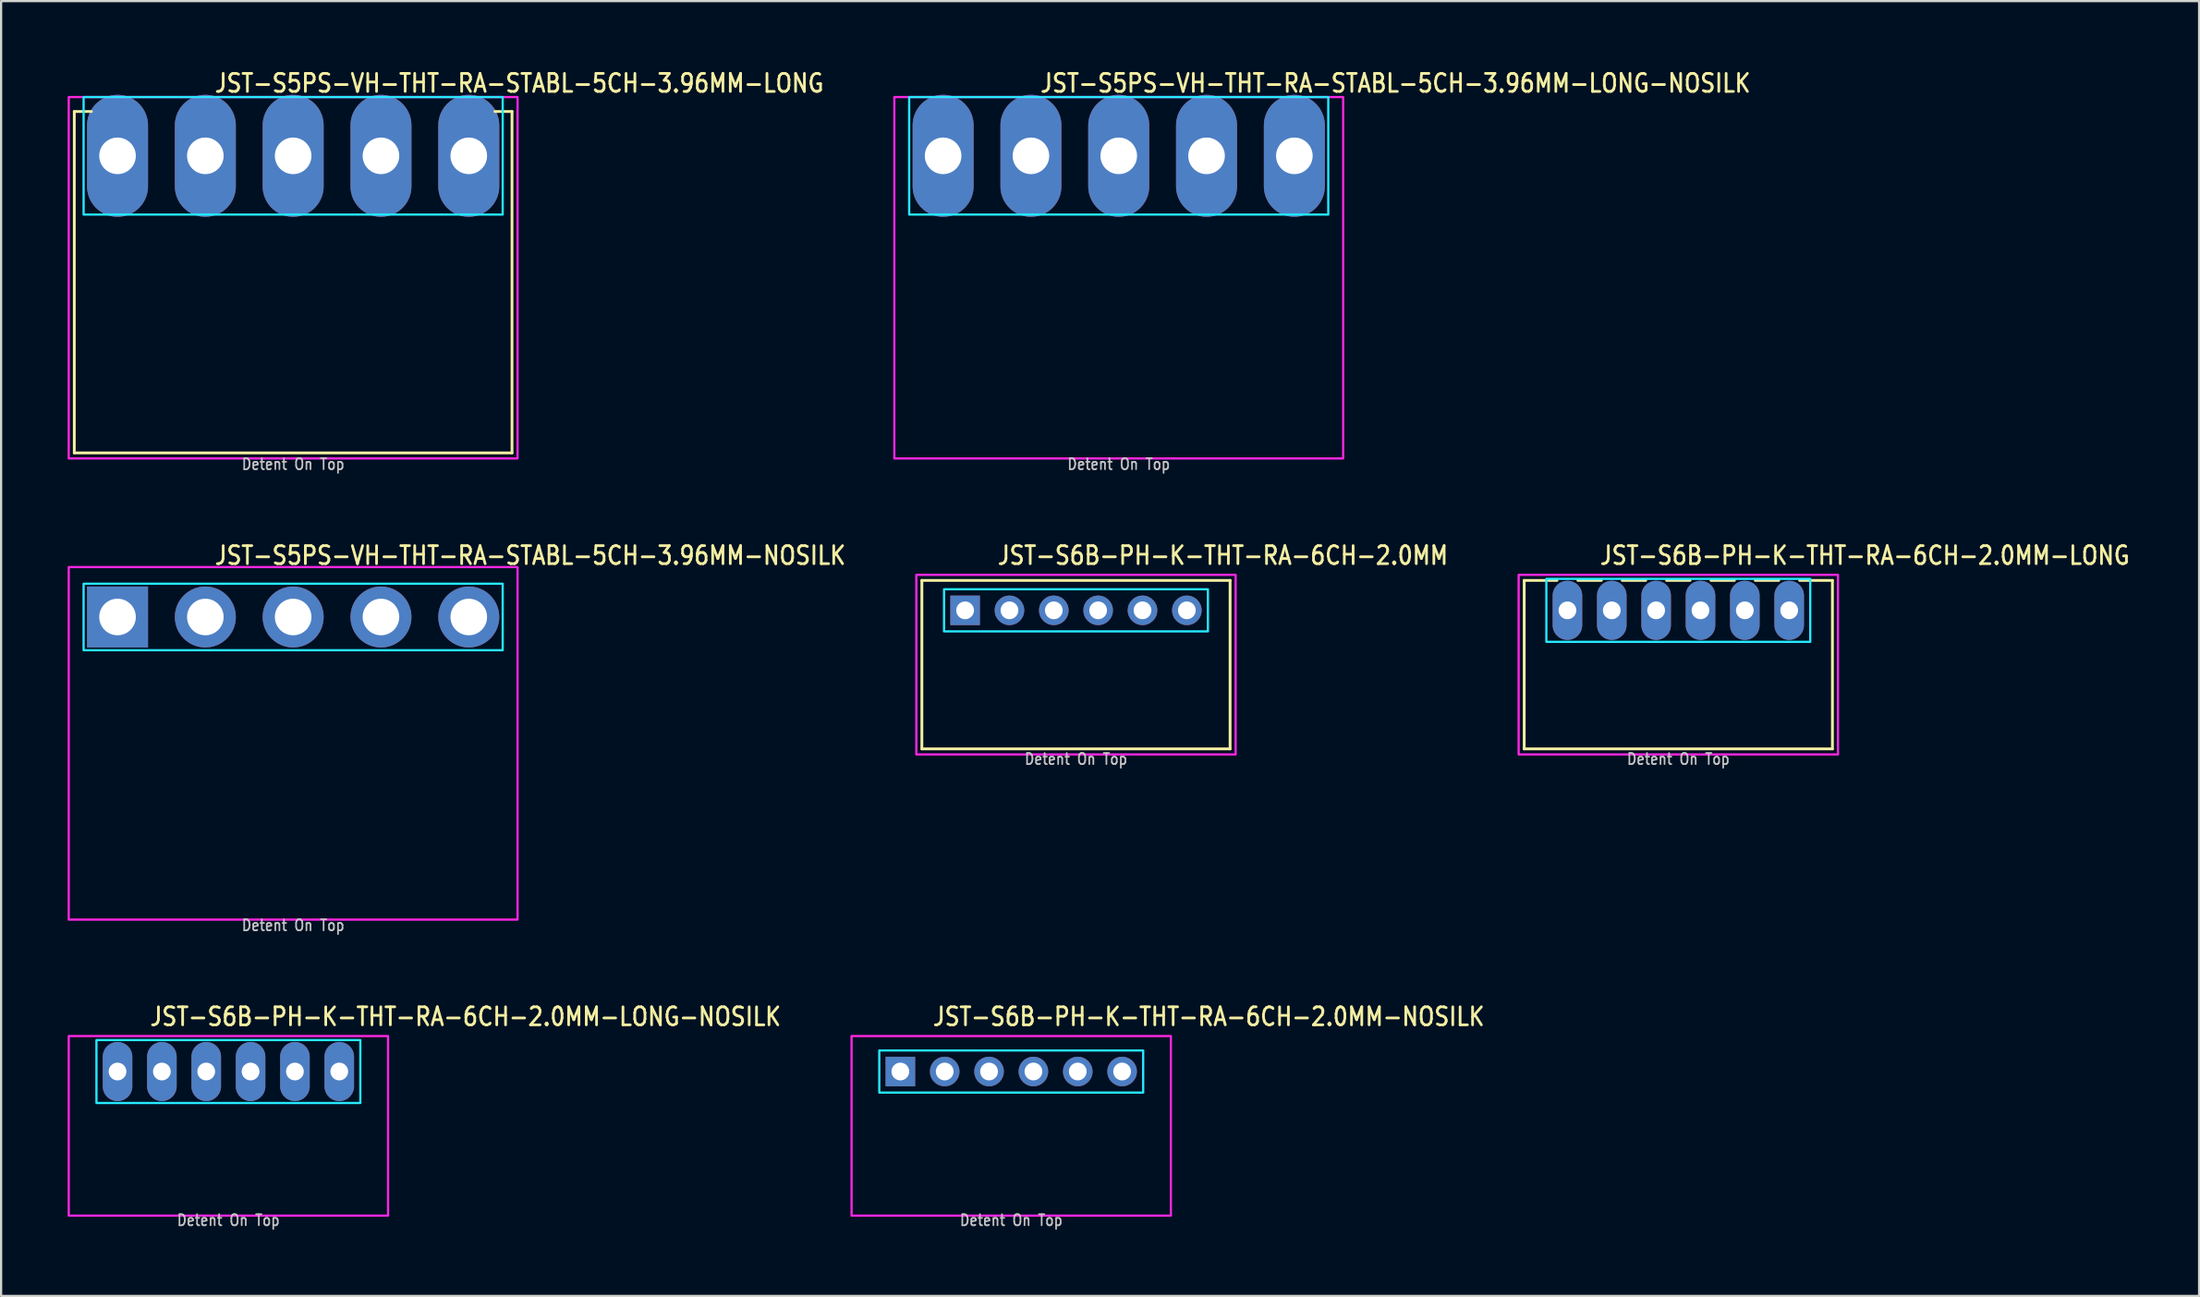
<source format=kicad_pcb>
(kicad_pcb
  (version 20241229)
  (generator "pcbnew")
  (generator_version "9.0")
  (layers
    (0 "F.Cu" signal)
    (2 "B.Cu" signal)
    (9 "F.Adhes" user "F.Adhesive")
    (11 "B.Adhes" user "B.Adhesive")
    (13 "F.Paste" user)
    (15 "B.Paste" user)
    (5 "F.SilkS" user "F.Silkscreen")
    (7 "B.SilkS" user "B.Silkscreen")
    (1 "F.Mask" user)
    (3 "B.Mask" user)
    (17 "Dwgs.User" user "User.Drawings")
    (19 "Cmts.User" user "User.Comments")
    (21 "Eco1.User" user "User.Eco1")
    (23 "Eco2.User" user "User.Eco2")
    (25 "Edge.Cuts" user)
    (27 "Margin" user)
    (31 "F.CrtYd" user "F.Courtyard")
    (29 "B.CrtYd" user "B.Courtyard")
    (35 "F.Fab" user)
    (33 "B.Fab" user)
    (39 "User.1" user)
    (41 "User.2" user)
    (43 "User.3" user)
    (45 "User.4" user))
  (footprint "JST-S5PS-VH-THT-RA-STABL-5CH-3.96MM-LONG"
    (layer "F.Cu")
    (at 10.17 3.979)
    (property "Reference" "JST-S5PS-VH-THT-RA-STABL-5CH-3.96MM-LONG" (at -3.6 -2.8 0) (unlocked yes) (layer "F.SilkS") (effects (font (size 0.813 0.695) (thickness 0.122)) (justify left bottom)))
    (fp_line (start -9.87 -2) (end -9.1 -2) (stroke (width 0.127) (type solid)) (layer "F.SilkS"))
    (fp_line (start -9.87 13.4) (end -9.87 -2) (stroke (width 0.127) (type solid)) (layer "F.SilkS"))
    (fp_line (start -9.87 13.4) (end 9.87 13.4) (stroke (width 0.127) (type solid)) (layer "F.SilkS"))
    (fp_line (start 9.87 -2) (end 9.1 -2) (stroke (width 0.127) (type solid)) (layer "F.SilkS"))
    (fp_line (start 9.87 -2) (end 9.87 13.4) (stroke (width 0.127) (type solid)) (layer "F.SilkS"))
    (fp_poly (pts (xy -9.45 -2.65) (xy -9.45 2.65) (xy 9.45 2.65) (xy 9.45 -2.65)) (stroke (width 0.1) (type solid)) (fill no) (layer "B.CrtYd"))
    (fp_poly (pts (xy -10.12 -2.65) (xy -10.12 13.65) (xy 10.12 13.65) (xy 10.12 -2.65)) (stroke (width 0.1) (type solid)) (fill no) (layer "F.CrtYd"))
    (fp_text user "Detent On Top" (at 0 14.2 0) (unlocked yes) (layer "Dwgs.User") (effects (font (size 0.5 0.427) (thickness 0.075)) (justify bottom)))
    (pad "1" thru_hole oval (at -7.92 0 90) (size 5.5 2.75) (drill 1.65) (layers "*.Cu" "*.Mask"))
    (pad "2" thru_hole oval (at -3.96 0 90) (size 5.5 2.75) (drill 1.65) (layers "*.Cu" "*.Mask"))
    (pad "3" thru_hole oval (at 0 0 90) (size 5.5 2.75) (drill 1.65) (layers "*.Cu" "*.Mask"))
    (pad "4" thru_hole oval (at 3.96 0 90) (size 5.5 2.75) (drill 1.65) (layers "*.Cu" "*.Mask"))
    (pad "5" thru_hole oval (at 7.92 0 90) (size 5.5 2.75) (drill 1.65) (layers "*.Cu" "*.Mask")))
  (footprint "JST-S6B-PH-K-THT-RA-6CH-2.0MM"
    (layer "F.Cu")
    (at 45.473 24.48)
    (property "Reference" "JST-S6B-PH-K-THT-RA-6CH-2.0MM" (at -3.6 -2 0) (unlocked yes) (layer "F.SilkS") (effects (font (size 0.813 0.695) (thickness 0.122)) (justify left bottom)))
    (fp_line (start -6.95 -1.35) (end 6.95 -1.35) (stroke (width 0.127) (type solid)) (layer "F.SilkS"))
    (fp_line (start -6.95 6.25) (end -6.95 -1.35) (stroke (width 0.127) (type solid)) (layer "F.SilkS"))
    (fp_line (start -6.95 6.25) (end 6.95 6.25) (stroke (width 0.127) (type solid)) (layer "F.SilkS"))
    (fp_line (start 6.95 -1.35) (end 6.95 6.25) (stroke (width 0.127) (type solid)) (layer "F.SilkS"))
    (fp_poly (pts (xy -5.95 -0.95) (xy -5.95 0.95) (xy 5.95 0.95) (xy 5.95 -0.95)) (stroke (width 0.1) (type solid)) (fill no) (layer "B.CrtYd"))
    (fp_poly (pts (xy -7.2 -1.6) (xy -7.2 6.5) (xy 7.2 6.5) (xy 7.2 -1.6)) (stroke (width 0.1) (type solid)) (fill no) (layer "F.CrtYd"))
    (fp_text user "Detent On Top" (at 0 7 0) (unlocked yes) (layer "Dwgs.User") (effects (font (size 0.5 0.427) (thickness 0.075)) (justify bottom)))
    (pad "1" thru_hole rect (at -5 0) (size 1.333 1.333) (drill 0.8) (layers "*.Cu" "*.Mask"))
    (pad "2" thru_hole oval (at -3 0) (size 1.333 1.333) (drill 0.8) (layers "*.Cu" "*.Mask"))
    (pad "3" thru_hole oval (at -1 0) (size 1.333 1.333) (drill 0.8) (layers "*.Cu" "*.Mask"))
    (pad "4" thru_hole oval (at 1 0) (size 1.333 1.333) (drill 0.8) (layers "*.Cu" "*.Mask"))
    (pad "5" thru_hole oval (at 3 0) (size 1.333 1.333) (drill 0.8) (layers "*.Cu" "*.Mask"))
    (pad "6" thru_hole oval (at 5 0) (size 1.333 1.333) (drill 0.8) (layers "*.Cu" "*.Mask")))
  (footprint "JST-S5PS-VH-THT-RA-STABL-5CH-3.96MM-LONG-NOSILK"
    (layer "F.Cu")
    (at 47.401 3.979)
    (property "Reference" "JST-S5PS-VH-THT-RA-STABL-5CH-3.96MM-LONG-NOSILK" (at -3.6 -2.8 0) (unlocked yes) (layer "F.SilkS") (effects (font (size 0.813 0.695) (thickness 0.122)) (justify left bottom)))
    (fp_poly (pts (xy -9.45 -2.65) (xy -9.45 2.65) (xy 9.45 2.65) (xy 9.45 -2.65)) (stroke (width 0.1) (type solid)) (fill no) (layer "B.CrtYd"))
    (fp_poly (pts (xy -10.12 -2.65) (xy -10.12 13.65) (xy 10.12 13.65) (xy 10.12 -2.65)) (stroke (width 0.1) (type solid)) (fill no) (layer "F.CrtYd"))
    (fp_text user "Detent On Top" (at 0 14.2 0) (unlocked yes) (layer "Dwgs.User") (effects (font (size 0.5 0.427) (thickness 0.075)) (justify bottom)))
    (pad "1" thru_hole oval (at -7.92 0 90) (size 5.5 2.75) (drill 1.65) (layers "*.Cu" "*.Mask"))
    (pad "2" thru_hole oval (at -3.96 0 90) (size 5.5 2.75) (drill 1.65) (layers "*.Cu" "*.Mask"))
    (pad "3" thru_hole oval (at 0 0 90) (size 5.5 2.75) (drill 1.65) (layers "*.Cu" "*.Mask"))
    (pad "4" thru_hole oval (at 3.96 0 90) (size 5.5 2.75) (drill 1.65) (layers "*.Cu" "*.Mask"))
    (pad "5" thru_hole oval (at 7.92 0 90) (size 5.5 2.75) (drill 1.65) (layers "*.Cu" "*.Mask")))
  (footprint "JST-S5PS-VH-THT-RA-STABL-5CH-3.96MM-NOSILK"
    (layer "F.Cu")
    (at 10.17 24.78)
    (property "Reference" "JST-S5PS-VH-THT-RA-STABL-5CH-3.96MM-NOSILK" (at -3.6 -2.3 0) (unlocked yes) (layer "F.SilkS") (effects (font (size 0.813 0.695) (thickness 0.122)) (justify left bottom)))
    (fp_poly (pts (xy -9.45 -1.5) (xy -9.45 1.5) (xy 9.45 1.5) (xy 9.45 -1.5)) (stroke (width 0.1) (type solid)) (fill no) (layer "B.CrtYd"))
    (fp_poly (pts (xy -10.12 13.65) (xy 10.12 13.65) (xy 10.12 -2.25) (xy -10.12 -2.25)) (stroke (width 0.1) (type solid)) (fill no) (layer "F.CrtYd"))
    (fp_text user "Detent On Top" (at 0 14.2 0) (unlocked yes) (layer "Dwgs.User") (effects (font (size 0.5 0.427) (thickness 0.075)) (justify bottom)))
    (pad "1" thru_hole rect (at -7.92 0) (size 2.75 2.75) (drill 1.65) (layers "*.Cu" "*.Mask"))
    (pad "2" thru_hole oval (at -3.96 0) (size 2.75 2.75) (drill 1.65) (layers "*.Cu" "*.Mask"))
    (pad "3" thru_hole oval (at 0 0) (size 2.75 2.75) (drill 1.65) (layers "*.Cu" "*.Mask"))
    (pad "4" thru_hole oval (at 3.96 0) (size 2.75 2.75) (drill 1.65) (layers "*.Cu" "*.Mask"))
    (pad "5" thru_hole oval (at 7.92 0) (size 2.75 2.75) (drill 1.65) (layers "*.Cu" "*.Mask")))
  (footprint "JST-S6B-PH-K-THT-RA-6CH-2.0MM-LONG-NOSILK"
    (layer "F.Cu")
    (at 7.25 45.282)
    (property "Reference" "JST-S6B-PH-K-THT-RA-6CH-2.0MM-LONG-NOSILK" (at -3.6 -2 0) (unlocked yes) (layer "F.SilkS") (effects (font (size 0.813 0.695) (thickness 0.122)) (justify left bottom)))
    (fp_poly (pts (xy -5.95 -1.42) (xy -5.95 1.42) (xy 5.95 1.42) (xy 5.95 -1.42)) (stroke (width 0.1) (type solid)) (fill no) (layer "B.CrtYd"))
    (fp_poly (pts (xy -7.2 -1.6) (xy -7.2 6.5) (xy 7.2 6.5) (xy 7.2 -1.6)) (stroke (width 0.1) (type solid)) (fill no) (layer "F.CrtYd"))
    (fp_text user "Detent On Top" (at 0 7 0) (unlocked yes) (layer "Dwgs.User") (effects (font (size 0.5 0.427) (thickness 0.075)) (justify bottom)))
    (pad "1" thru_hole oval (at -5 0 90) (size 2.667 1.333) (drill 0.8) (layers "*.Cu" "*.Mask"))
    (pad "2" thru_hole oval (at -3 0 90) (size 2.667 1.333) (drill 0.8) (layers "*.Cu" "*.Mask"))
    (pad "3" thru_hole oval (at -1 0 90) (size 2.667 1.333) (drill 0.8) (layers "*.Cu" "*.Mask"))
    (pad "4" thru_hole oval (at 1 0 90) (size 2.667 1.333) (drill 0.8) (layers "*.Cu" "*.Mask"))
    (pad "5" thru_hole oval (at 3 0 90) (size 2.667 1.333) (drill 0.8) (layers "*.Cu" "*.Mask"))
    (pad "6" thru_hole oval (at 5 0 90) (size 2.667 1.333) (drill 0.8) (layers "*.Cu" "*.Mask")))
  (footprint "JST-S6B-PH-K-THT-RA-6CH-2.0MM-LONG"
    (layer "F.Cu")
    (at 72.636 24.48)
    (property "Reference" "JST-S6B-PH-K-THT-RA-6CH-2.0MM-LONG" (at -3.6 -2 0) (unlocked yes) (layer "F.SilkS") (effects (font (size 0.813 0.695) (thickness 0.122)) (justify left bottom)))
    (fp_line (start -6.95 -1.35) (end -5.471 -1.35) (stroke (width 0.127) (type solid)) (layer "F.SilkS"))
    (fp_line (start -6.95 6.25) (end -6.95 -1.35) (stroke (width 0.127) (type solid)) (layer "F.SilkS"))
    (fp_line (start -6.95 6.25) (end 6.95 6.25) (stroke (width 0.127) (type solid)) (layer "F.SilkS"))
    (fp_line (start -4.529 -1.35) (end -3.471 -1.35) (stroke (width 0.127) (type solid)) (layer "F.SilkS"))
    (fp_line (start -2.529 -1.35) (end -1.471 -1.35) (stroke (width 0.127) (type solid)) (layer "F.SilkS"))
    (fp_line (start -0.529 -1.35) (end 0.529 -1.35) (stroke (width 0.127) (type solid)) (layer "F.SilkS"))
    (fp_line (start 1.471 -1.35) (end 2.529 -1.35) (stroke (width 0.127) (type solid)) (layer "F.SilkS"))
    (fp_line (start 3.471 -1.35) (end 4.529 -1.35) (stroke (width 0.127) (type solid)) (layer "F.SilkS"))
    (fp_line (start 5.471 -1.35) (end 6.95 -1.35) (stroke (width 0.127) (type solid)) (layer "F.SilkS"))
    (fp_line (start 6.95 -1.35) (end 6.95 6.25) (stroke (width 0.127) (type solid)) (layer "F.SilkS"))
    (fp_poly (pts (xy -5.95 -1.42) (xy -5.95 1.42) (xy 5.95 1.42) (xy 5.95 -1.42)) (stroke (width 0.1) (type solid)) (fill no) (layer "B.CrtYd"))
    (fp_poly (pts (xy -7.2 -1.6) (xy -7.2 6.5) (xy 7.2 6.5) (xy 7.2 -1.6)) (stroke (width 0.1) (type solid)) (fill no) (layer "F.CrtYd"))
    (fp_text user "Detent On Top" (at 0 7 0) (unlocked yes) (layer "Dwgs.User") (effects (font (size 0.5 0.427) (thickness 0.075)) (justify bottom)))
    (pad "1" thru_hole oval (at -5 0 90) (size 2.667 1.333) (drill 0.8) (layers "*.Cu" "*.Mask"))
    (pad "2" thru_hole oval (at -3 0 90) (size 2.667 1.333) (drill 0.8) (layers "*.Cu" "*.Mask"))
    (pad "3" thru_hole oval (at -1 0 90) (size 2.667 1.333) (drill 0.8) (layers "*.Cu" "*.Mask"))
    (pad "4" thru_hole oval (at 1 0 90) (size 2.667 1.333) (drill 0.8) (layers "*.Cu" "*.Mask"))
    (pad "5" thru_hole oval (at 3 0 90) (size 2.667 1.333) (drill 0.8) (layers "*.Cu" "*.Mask"))
    (pad "6" thru_hole oval (at 5 0 90) (size 2.667 1.333) (drill 0.8) (layers "*.Cu" "*.Mask")))
  (footprint "JST-S6B-PH-K-THT-RA-6CH-2.0MM-NOSILK"
    (layer "F.Cu")
    (at 42.553 45.282)
    (property "Reference" "JST-S6B-PH-K-THT-RA-6CH-2.0MM-NOSILK" (at -3.6 -2 0) (unlocked yes) (layer "F.SilkS") (effects (font (size 0.813 0.695) (thickness 0.122)) (justify left bottom)))
    (fp_poly (pts (xy -5.95 -0.95) (xy -5.95 0.95) (xy 5.95 0.95) (xy 5.95 -0.95)) (stroke (width 0.1) (type solid)) (fill no) (layer "B.CrtYd"))
    (fp_poly (pts (xy -7.2 -1.6) (xy -7.2 6.5) (xy 7.2 6.5) (xy 7.2 -1.6)) (stroke (width 0.1) (type solid)) (fill no) (layer "F.CrtYd"))
    (fp_text user "Detent On Top" (at 0 7 0) (unlocked yes) (layer "Dwgs.User") (effects (font (size 0.5 0.427) (thickness 0.075)) (justify bottom)))
    (pad "1" thru_hole rect (at -5 0) (size 1.333 1.333) (drill 0.8) (layers "*.Cu" "*.Mask"))
    (pad "2" thru_hole oval (at -3 0) (size 1.333 1.333) (drill 0.8) (layers "*.Cu" "*.Mask"))
    (pad "3" thru_hole oval (at -1 0) (size 1.333 1.333) (drill 0.8) (layers "*.Cu" "*.Mask"))
    (pad "4" thru_hole oval (at 1 0) (size 1.333 1.333) (drill 0.8) (layers "*.Cu" "*.Mask"))
    (pad "5" thru_hole oval (at 3 0) (size 1.333 1.333) (drill 0.8) (layers "*.Cu" "*.Mask"))
    (pad "6" thru_hole oval (at 5 0) (size 1.333 1.333) (drill 0.8) (layers "*.Cu" "*.Mask")))
  (gr_rect
    (start -3 -3)
    (end 96.122 55.405)
    (stroke (width 0.1) (type default))
    (fill no)
    (layer "Edge.Cuts")))
</source>
